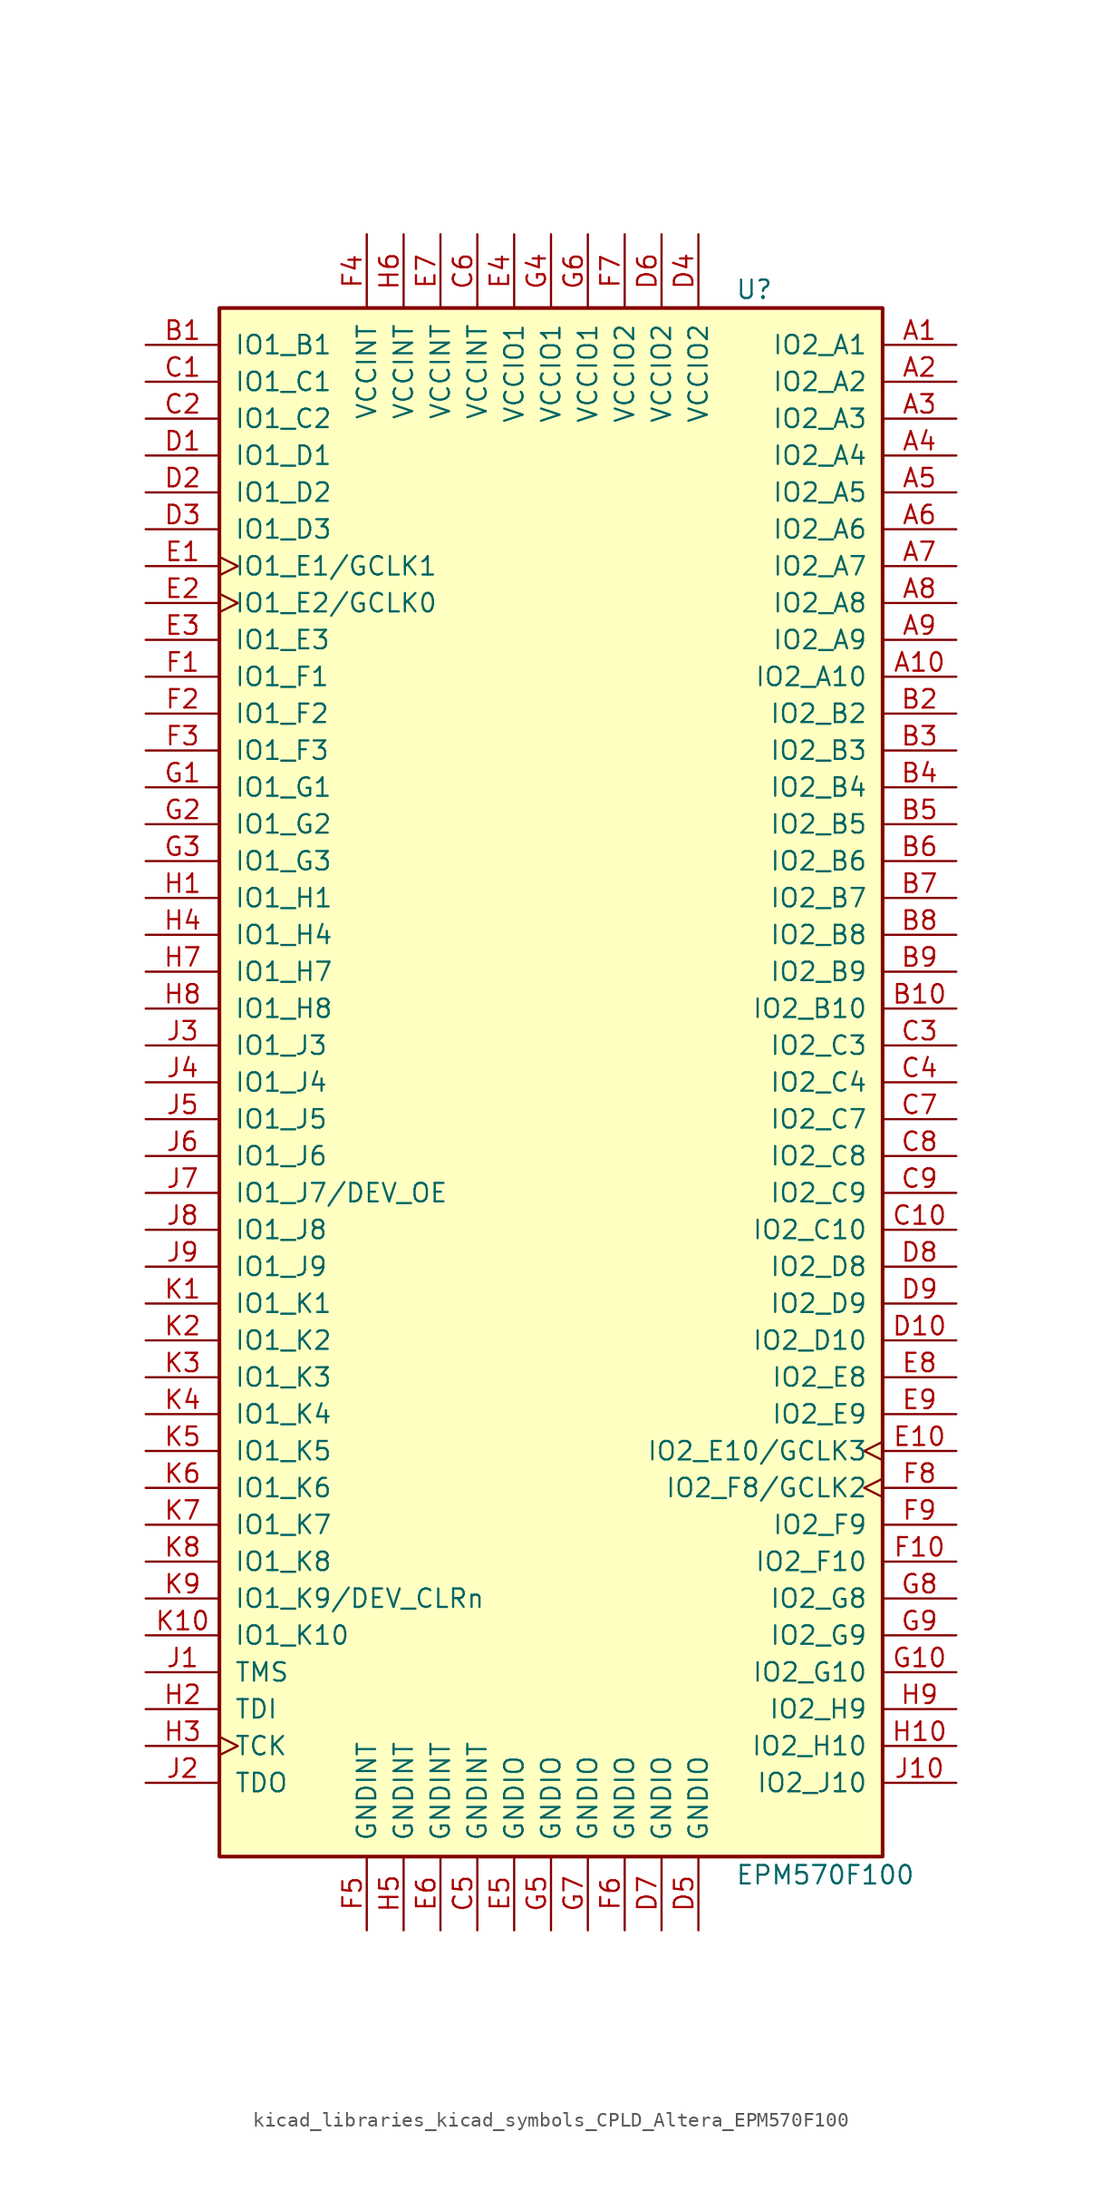
<source format=kicad_sym>
(kicad_symbol_lib
  (version 20220914)
  (generator kicad_symbol_editor)
  (symbol "kicad_libraries_kicad_symbols_CPLD_Altera_EPM570F100"
    (pin_names
      (offset 1.016))
    (property "Reference" "U"
      (at 12.7 54.61 0)
      (effects (font (size 1.27 1.27)) (justify left)))
    (property "Value" "EPM570F100"
      (at 12.7 -54.61 0)
      (effects (font (size 1.27 1.27)) (justify left)))
    (property "ki_locked" ""
      (at 0 0 0)
      (effects (font (size 1.27 1.27))))
    (symbol "kicad_libraries_kicad_symbols_CPLD_Altera_EPM570F100_1_1"
      (rectangle (start -22.86 53.34) (end 22.86 -53.34) (stroke (width 0.254) (type default)) (fill (type background)))
      (pin bidirectional line (at 27.94 50.8 180) (length 5.08) (name "IO2_A1" (effects (font (size 1.27 1.27)))) (number "A1" (effects (font (size 1.27 1.27)))))
      (pin bidirectional line (at 27.94 27.94 180) (length 5.08) (name "IO2_A10" (effects (font (size 1.27 1.27)))) (number "A10" (effects (font (size 1.27 1.27)))))
      (pin bidirectional line (at 27.94 48.26 180) (length 5.08) (name "IO2_A2" (effects (font (size 1.27 1.27)))) (number "A2" (effects (font (size 1.27 1.27)))))
      (pin bidirectional line (at 27.94 45.72 180) (length 5.08) (name "IO2_A3" (effects (font (size 1.27 1.27)))) (number "A3" (effects (font (size 1.27 1.27)))))
      (pin bidirectional line (at 27.94 43.18 180) (length 5.08) (name "IO2_A4" (effects (font (size 1.27 1.27)))) (number "A4" (effects (font (size 1.27 1.27)))))
      (pin bidirectional line (at 27.94 40.64 180) (length 5.08) (name "IO2_A5" (effects (font (size 1.27 1.27)))) (number "A5" (effects (font (size 1.27 1.27)))))
      (pin bidirectional line (at 27.94 38.1 180) (length 5.08) (name "IO2_A6" (effects (font (size 1.27 1.27)))) (number "A6" (effects (font (size 1.27 1.27)))))
      (pin bidirectional line (at 27.94 35.56 180) (length 5.08) (name "IO2_A7" (effects (font (size 1.27 1.27)))) (number "A7" (effects (font (size 1.27 1.27)))))
      (pin bidirectional line (at 27.94 33.02 180) (length 5.08) (name "IO2_A8" (effects (font (size 1.27 1.27)))) (number "A8" (effects (font (size 1.27 1.27)))))
      (pin bidirectional line (at 27.94 30.48 180) (length 5.08) (name "IO2_A9" (effects (font (size 1.27 1.27)))) (number "A9" (effects (font (size 1.27 1.27)))))
      (pin bidirectional line (at -27.94 50.8 0) (length 5.08) (name "IO1_B1" (effects (font (size 1.27 1.27)))) (number "B1" (effects (font (size 1.27 1.27)))))
      (pin bidirectional line (at 27.94 5.08 180) (length 5.08) (name "IO2_B10" (effects (font (size 1.27 1.27)))) (number "B10" (effects (font (size 1.27 1.27)))))
      (pin bidirectional line (at 27.94 25.4 180) (length 5.08) (name "IO2_B2" (effects (font (size 1.27 1.27)))) (number "B2" (effects (font (size 1.27 1.27)))))
      (pin bidirectional line (at 27.94 22.86 180) (length 5.08) (name "IO2_B3" (effects (font (size 1.27 1.27)))) (number "B3" (effects (font (size 1.27 1.27)))))
      (pin bidirectional line (at 27.94 20.32 180) (length 5.08) (name "IO2_B4" (effects (font (size 1.27 1.27)))) (number "B4" (effects (font (size 1.27 1.27)))))
      (pin bidirectional line (at 27.94 17.78 180) (length 5.08) (name "IO2_B5" (effects (font (size 1.27 1.27)))) (number "B5" (effects (font (size 1.27 1.27)))))
      (pin bidirectional line (at 27.94 15.24 180) (length 5.08) (name "IO2_B6" (effects (font (size 1.27 1.27)))) (number "B6" (effects (font (size 1.27 1.27)))))
      (pin bidirectional line (at 27.94 12.7 180) (length 5.08) (name "IO2_B7" (effects (font (size 1.27 1.27)))) (number "B7" (effects (font (size 1.27 1.27)))))
      (pin bidirectional line (at 27.94 10.16 180) (length 5.08) (name "IO2_B8" (effects (font (size 1.27 1.27)))) (number "B8" (effects (font (size 1.27 1.27)))))
      (pin bidirectional line (at 27.94 7.62 180) (length 5.08) (name "IO2_B9" (effects (font (size 1.27 1.27)))) (number "B9" (effects (font (size 1.27 1.27)))))
      (pin bidirectional line (at -27.94 48.26 0) (length 5.08) (name "IO1_C1" (effects (font (size 1.27 1.27)))) (number "C1" (effects (font (size 1.27 1.27)))))
      (pin bidirectional line (at 27.94 -10.16 180) (length 5.08) (name "IO2_C10" (effects (font (size 1.27 1.27)))) (number "C10" (effects (font (size 1.27 1.27)))))
      (pin bidirectional line (at -27.94 45.72 0) (length 5.08) (name "IO1_C2" (effects (font (size 1.27 1.27)))) (number "C2" (effects (font (size 1.27 1.27)))))
      (pin bidirectional line (at 27.94 2.54 180) (length 5.08) (name "IO2_C3" (effects (font (size 1.27 1.27)))) (number "C3" (effects (font (size 1.27 1.27)))))
      (pin bidirectional line (at 27.94 0 180) (length 5.08) (name "IO2_C4" (effects (font (size 1.27 1.27)))) (number "C4" (effects (font (size 1.27 1.27)))))
      (pin power_in line (at -5.08 -58.42 90) (length 5.08) (name "GNDINT" (effects (font (size 1.27 1.27)))) (number "C5" (effects (font (size 1.27 1.27)))))
      (pin power_in line (at -5.08 58.42 270) (length 5.08) (name "VCCINT" (effects (font (size 1.27 1.27)))) (number "C6" (effects (font (size 1.27 1.27)))))
      (pin bidirectional line (at 27.94 -2.54 180) (length 5.08) (name "IO2_C7" (effects (font (size 1.27 1.27)))) (number "C7" (effects (font (size 1.27 1.27)))))
      (pin bidirectional line (at 27.94 -5.08 180) (length 5.08) (name "IO2_C8" (effects (font (size 1.27 1.27)))) (number "C8" (effects (font (size 1.27 1.27)))))
      (pin bidirectional line (at 27.94 -7.62 180) (length 5.08) (name "IO2_C9" (effects (font (size 1.27 1.27)))) (number "C9" (effects (font (size 1.27 1.27)))))
      (pin bidirectional line (at -27.94 43.18 0) (length 5.08) (name "IO1_D1" (effects (font (size 1.27 1.27)))) (number "D1" (effects (font (size 1.27 1.27)))))
      (pin bidirectional line (at 27.94 -17.78 180) (length 5.08) (name "IO2_D10" (effects (font (size 1.27 1.27)))) (number "D10" (effects (font (size 1.27 1.27)))))
      (pin bidirectional line (at -27.94 40.64 0) (length 5.08) (name "IO1_D2" (effects (font (size 1.27 1.27)))) (number "D2" (effects (font (size 1.27 1.27)))))
      (pin bidirectional line (at -27.94 38.1 0) (length 5.08) (name "IO1_D3" (effects (font (size 1.27 1.27)))) (number "D3" (effects (font (size 1.27 1.27)))))
      (pin power_in line (at 10.16 58.42 270) (length 5.08) (name "VCCIO2" (effects (font (size 1.27 1.27)))) (number "D4" (effects (font (size 1.27 1.27)))))
      (pin power_in line (at 10.16 -58.42 90) (length 5.08) (name "GNDIO" (effects (font (size 1.27 1.27)))) (number "D5" (effects (font (size 1.27 1.27)))))
      (pin power_in line (at 7.62 58.42 270) (length 5.08) (name "VCCIO2" (effects (font (size 1.27 1.27)))) (number "D6" (effects (font (size 1.27 1.27)))))
      (pin power_in line (at 7.62 -58.42 90) (length 5.08) (name "GNDIO" (effects (font (size 1.27 1.27)))) (number "D7" (effects (font (size 1.27 1.27)))))
      (pin bidirectional line (at 27.94 -12.7 180) (length 5.08) (name "IO2_D8" (effects (font (size 1.27 1.27)))) (number "D8" (effects (font (size 1.27 1.27)))))
      (pin bidirectional line (at 27.94 -15.24 180) (length 5.08) (name "IO2_D9" (effects (font (size 1.27 1.27)))) (number "D9" (effects (font (size 1.27 1.27)))))
      (pin bidirectional clock (at -27.94 35.56 0) (length 5.08) (name "IO1_E1/GCLK1" (effects (font (size 1.27 1.27)))) (number "E1" (effects (font (size 1.27 1.27)))))
      (pin bidirectional clock (at 27.94 -25.4 180) (length 5.08) (name "IO2_E10/GCLK3" (effects (font (size 1.27 1.27)))) (number "E10" (effects (font (size 1.27 1.27)))))
      (pin bidirectional clock (at -27.94 33.02 0) (length 5.08) (name "IO1_E2/GCLK0" (effects (font (size 1.27 1.27)))) (number "E2" (effects (font (size 1.27 1.27)))))
      (pin bidirectional line (at -27.94 30.48 0) (length 5.08) (name "IO1_E3" (effects (font (size 1.27 1.27)))) (number "E3" (effects (font (size 1.27 1.27)))))
      (pin power_in line (at -2.54 58.42 270) (length 5.08) (name "VCCIO1" (effects (font (size 1.27 1.27)))) (number "E4" (effects (font (size 1.27 1.27)))))
      (pin power_in line (at -2.54 -58.42 90) (length 5.08) (name "GNDIO" (effects (font (size 1.27 1.27)))) (number "E5" (effects (font (size 1.27 1.27)))))
      (pin power_in line (at -7.62 -58.42 90) (length 5.08) (name "GNDINT" (effects (font (size 1.27 1.27)))) (number "E6" (effects (font (size 1.27 1.27)))))
      (pin power_in line (at -7.62 58.42 270) (length 5.08) (name "VCCINT" (effects (font (size 1.27 1.27)))) (number "E7" (effects (font (size 1.27 1.27)))))
      (pin bidirectional line (at 27.94 -20.32 180) (length 5.08) (name "IO2_E8" (effects (font (size 1.27 1.27)))) (number "E8" (effects (font (size 1.27 1.27)))))
      (pin bidirectional line (at 27.94 -22.86 180) (length 5.08) (name "IO2_E9" (effects (font (size 1.27 1.27)))) (number "E9" (effects (font (size 1.27 1.27)))))
      (pin bidirectional line (at -27.94 27.94 0) (length 5.08) (name "IO1_F1" (effects (font (size 1.27 1.27)))) (number "F1" (effects (font (size 1.27 1.27)))))
      (pin bidirectional line (at 27.94 -33.02 180) (length 5.08) (name "IO2_F10" (effects (font (size 1.27 1.27)))) (number "F10" (effects (font (size 1.27 1.27)))))
      (pin bidirectional line (at -27.94 25.4 0) (length 5.08) (name "IO1_F2" (effects (font (size 1.27 1.27)))) (number "F2" (effects (font (size 1.27 1.27)))))
      (pin bidirectional line (at -27.94 22.86 0) (length 5.08) (name "IO1_F3" (effects (font (size 1.27 1.27)))) (number "F3" (effects (font (size 1.27 1.27)))))
      (pin power_in line (at -12.7 58.42 270) (length 5.08) (name "VCCINT" (effects (font (size 1.27 1.27)))) (number "F4" (effects (font (size 1.27 1.27)))))
      (pin power_in line (at -12.7 -58.42 90) (length 5.08) (name "GNDINT" (effects (font (size 1.27 1.27)))) (number "F5" (effects (font (size 1.27 1.27)))))
      (pin power_in line (at 5.08 -58.42 90) (length 5.08) (name "GNDIO" (effects (font (size 1.27 1.27)))) (number "F6" (effects (font (size 1.27 1.27)))))
      (pin power_in line (at 5.08 58.42 270) (length 5.08) (name "VCCIO2" (effects (font (size 1.27 1.27)))) (number "F7" (effects (font (size 1.27 1.27)))))
      (pin bidirectional clock (at 27.94 -27.94 180) (length 5.08) (name "IO2_F8/GCLK2" (effects (font (size 1.27 1.27)))) (number "F8" (effects (font (size 1.27 1.27)))))
      (pin bidirectional line (at 27.94 -30.48 180) (length 5.08) (name "IO2_F9" (effects (font (size 1.27 1.27)))) (number "F9" (effects (font (size 1.27 1.27)))))
      (pin bidirectional line (at -27.94 20.32 0) (length 5.08) (name "IO1_G1" (effects (font (size 1.27 1.27)))) (number "G1" (effects (font (size 1.27 1.27)))))
      (pin bidirectional line (at 27.94 -40.64 180) (length 5.08) (name "IO2_G10" (effects (font (size 1.27 1.27)))) (number "G10" (effects (font (size 1.27 1.27)))))
      (pin bidirectional line (at -27.94 17.78 0) (length 5.08) (name "IO1_G2" (effects (font (size 1.27 1.27)))) (number "G2" (effects (font (size 1.27 1.27)))))
      (pin bidirectional line (at -27.94 15.24 0) (length 5.08) (name "IO1_G3" (effects (font (size 1.27 1.27)))) (number "G3" (effects (font (size 1.27 1.27)))))
      (pin power_in line (at 0 58.42 270) (length 5.08) (name "VCCIO1" (effects (font (size 1.27 1.27)))) (number "G4" (effects (font (size 1.27 1.27)))))
      (pin power_in line (at 0 -58.42 90) (length 5.08) (name "GNDIO" (effects (font (size 1.27 1.27)))) (number "G5" (effects (font (size 1.27 1.27)))))
      (pin power_in line (at 2.54 58.42 270) (length 5.08) (name "VCCIO1" (effects (font (size 1.27 1.27)))) (number "G6" (effects (font (size 1.27 1.27)))))
      (pin power_in line (at 2.54 -58.42 90) (length 5.08) (name "GNDIO" (effects (font (size 1.27 1.27)))) (number "G7" (effects (font (size 1.27 1.27)))))
      (pin bidirectional line (at 27.94 -35.56 180) (length 5.08) (name "IO2_G8" (effects (font (size 1.27 1.27)))) (number "G8" (effects (font (size 1.27 1.27)))))
      (pin bidirectional line (at 27.94 -38.1 180) (length 5.08) (name "IO2_G9" (effects (font (size 1.27 1.27)))) (number "G9" (effects (font (size 1.27 1.27)))))
      (pin bidirectional line (at -27.94 12.7 0) (length 5.08) (name "IO1_H1" (effects (font (size 1.27 1.27)))) (number "H1" (effects (font (size 1.27 1.27)))))
      (pin bidirectional line (at 27.94 -45.72 180) (length 5.08) (name "IO2_H10" (effects (font (size 1.27 1.27)))) (number "H10" (effects (font (size 1.27 1.27)))))
      (pin input line (at -27.94 -43.18 0) (length 5.08) (name "TDI" (effects (font (size 1.27 1.27)))) (number "H2" (effects (font (size 1.27 1.27)))))
      (pin input clock (at -27.94 -45.72 0) (length 5.08) (name "TCK" (effects (font (size 1.27 1.27)))) (number "H3" (effects (font (size 1.27 1.27)))))
      (pin bidirectional line (at -27.94 10.16 0) (length 5.08) (name "IO1_H4" (effects (font (size 1.27 1.27)))) (number "H4" (effects (font (size 1.27 1.27)))))
      (pin power_in line (at -10.16 -58.42 90) (length 5.08) (name "GNDINT" (effects (font (size 1.27 1.27)))) (number "H5" (effects (font (size 1.27 1.27)))))
      (pin power_in line (at -10.16 58.42 270) (length 5.08) (name "VCCINT" (effects (font (size 1.27 1.27)))) (number "H6" (effects (font (size 1.27 1.27)))))
      (pin bidirectional line (at -27.94 7.62 0) (length 5.08) (name "IO1_H7" (effects (font (size 1.27 1.27)))) (number "H7" (effects (font (size 1.27 1.27)))))
      (pin bidirectional line (at -27.94 5.08 0) (length 5.08) (name "IO1_H8" (effects (font (size 1.27 1.27)))) (number "H8" (effects (font (size 1.27 1.27)))))
      (pin bidirectional line (at 27.94 -43.18 180) (length 5.08) (name "IO2_H9" (effects (font (size 1.27 1.27)))) (number "H9" (effects (font (size 1.27 1.27)))))
      (pin input line (at -27.94 -40.64 0) (length 5.08) (name "TMS" (effects (font (size 1.27 1.27)))) (number "J1" (effects (font (size 1.27 1.27)))))
      (pin bidirectional line (at 27.94 -48.26 180) (length 5.08) (name "IO2_J10" (effects (font (size 1.27 1.27)))) (number "J10" (effects (font (size 1.27 1.27)))))
      (pin output line (at -27.94 -48.26 0) (length 5.08) (name "TDO" (effects (font (size 1.27 1.27)))) (number "J2" (effects (font (size 1.27 1.27)))))
      (pin bidirectional line (at -27.94 2.54 0) (length 5.08) (name "IO1_J3" (effects (font (size 1.27 1.27)))) (number "J3" (effects (font (size 1.27 1.27)))))
      (pin bidirectional line (at -27.94 0 0) (length 5.08) (name "IO1_J4" (effects (font (size 1.27 1.27)))) (number "J4" (effects (font (size 1.27 1.27)))))
      (pin bidirectional line (at -27.94 -2.54 0) (length 5.08) (name "IO1_J5" (effects (font (size 1.27 1.27)))) (number "J5" (effects (font (size 1.27 1.27)))))
      (pin bidirectional line (at -27.94 -5.08 0) (length 5.08) (name "IO1_J6" (effects (font (size 1.27 1.27)))) (number "J6" (effects (font (size 1.27 1.27)))))
      (pin bidirectional line (at -27.94 -7.62 0) (length 5.08) (name "IO1_J7/DEV_OE" (effects (font (size 1.27 1.27)))) (number "J7" (effects (font (size 1.27 1.27)))))
      (pin bidirectional line (at -27.94 -10.16 0) (length 5.08) (name "IO1_J8" (effects (font (size 1.27 1.27)))) (number "J8" (effects (font (size 1.27 1.27)))))
      (pin bidirectional line (at -27.94 -12.7 0) (length 5.08) (name "IO1_J9" (effects (font (size 1.27 1.27)))) (number "J9" (effects (font (size 1.27 1.27)))))
      (pin bidirectional line (at -27.94 -15.24 0) (length 5.08) (name "IO1_K1" (effects (font (size 1.27 1.27)))) (number "K1" (effects (font (size 1.27 1.27)))))
      (pin bidirectional line (at -27.94 -38.1 0) (length 5.08) (name "IO1_K10" (effects (font (size 1.27 1.27)))) (number "K10" (effects (font (size 1.27 1.27)))))
      (pin bidirectional line (at -27.94 -17.78 0) (length 5.08) (name "IO1_K2" (effects (font (size 1.27 1.27)))) (number "K2" (effects (font (size 1.27 1.27)))))
      (pin bidirectional line (at -27.94 -20.32 0) (length 5.08) (name "IO1_K3" (effects (font (size 1.27 1.27)))) (number "K3" (effects (font (size 1.27 1.27)))))
      (pin bidirectional line (at -27.94 -22.86 0) (length 5.08) (name "IO1_K4" (effects (font (size 1.27 1.27)))) (number "K4" (effects (font (size 1.27 1.27)))))
      (pin bidirectional line (at -27.94 -25.4 0) (length 5.08) (name "IO1_K5" (effects (font (size 1.27 1.27)))) (number "K5" (effects (font (size 1.27 1.27)))))
      (pin bidirectional line (at -27.94 -27.94 0) (length 5.08) (name "IO1_K6" (effects (font (size 1.27 1.27)))) (number "K6" (effects (font (size 1.27 1.27)))))
      (pin bidirectional line (at -27.94 -30.48 0) (length 5.08) (name "IO1_K7" (effects (font (size 1.27 1.27)))) (number "K7" (effects (font (size 1.27 1.27)))))
      (pin bidirectional line (at -27.94 -33.02 0) (length 5.08) (name "IO1_K8" (effects (font (size 1.27 1.27)))) (number "K8" (effects (font (size 1.27 1.27)))))
      (pin bidirectional line (at -27.94 -35.56 0) (length 5.08) (name "IO1_K9/DEV_CLRn" (effects (font (size 1.27 1.27)))) (number "K9" (effects (font (size 1.27 1.27))))))))
</source>
